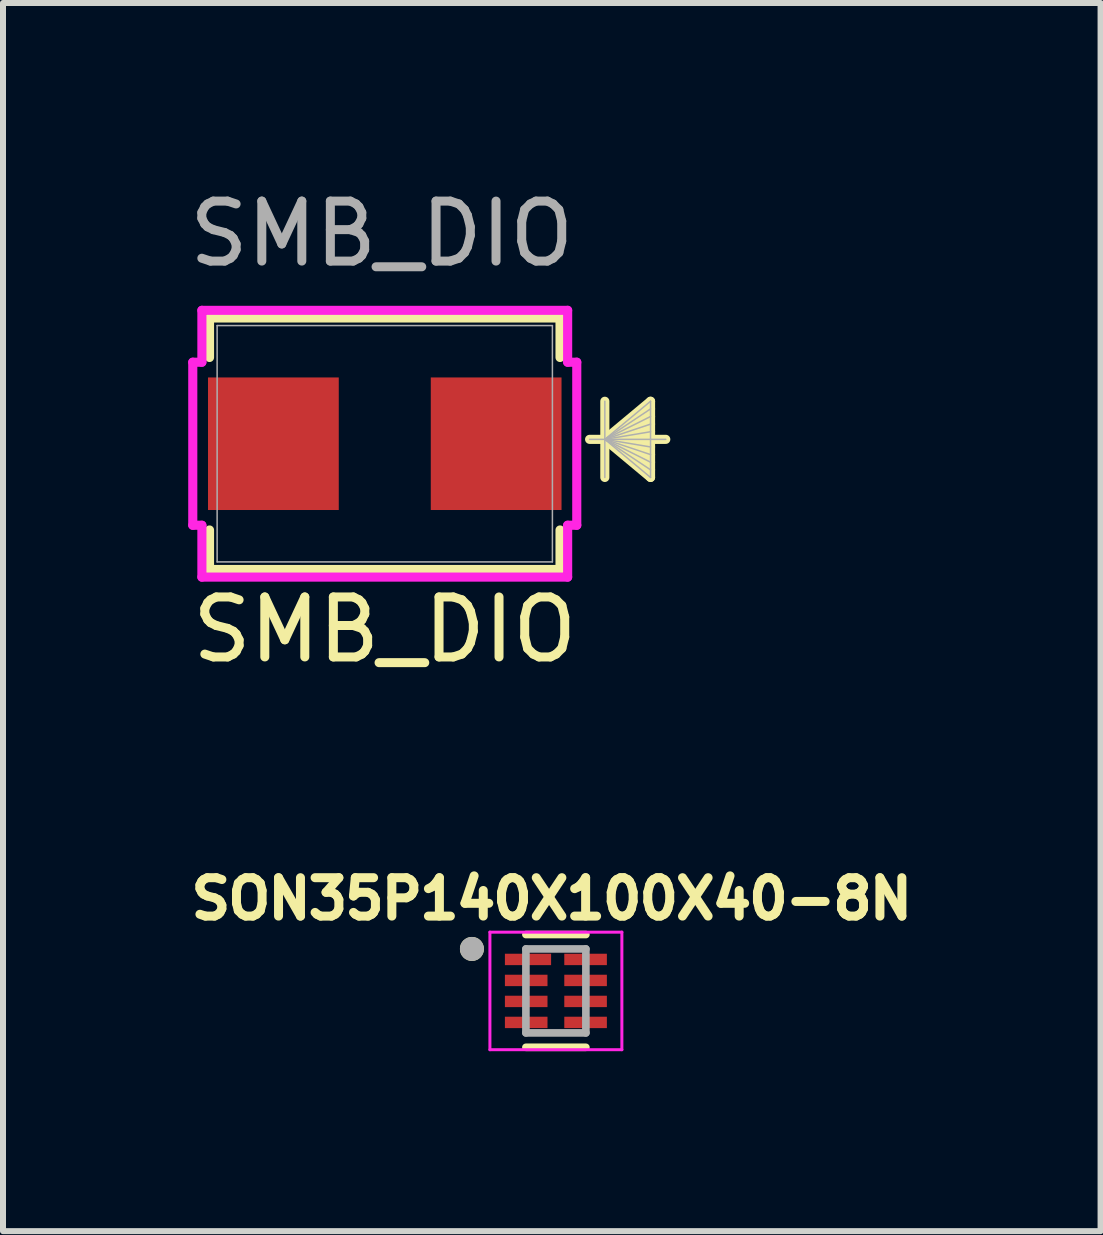
<source format=kicad_pcb>
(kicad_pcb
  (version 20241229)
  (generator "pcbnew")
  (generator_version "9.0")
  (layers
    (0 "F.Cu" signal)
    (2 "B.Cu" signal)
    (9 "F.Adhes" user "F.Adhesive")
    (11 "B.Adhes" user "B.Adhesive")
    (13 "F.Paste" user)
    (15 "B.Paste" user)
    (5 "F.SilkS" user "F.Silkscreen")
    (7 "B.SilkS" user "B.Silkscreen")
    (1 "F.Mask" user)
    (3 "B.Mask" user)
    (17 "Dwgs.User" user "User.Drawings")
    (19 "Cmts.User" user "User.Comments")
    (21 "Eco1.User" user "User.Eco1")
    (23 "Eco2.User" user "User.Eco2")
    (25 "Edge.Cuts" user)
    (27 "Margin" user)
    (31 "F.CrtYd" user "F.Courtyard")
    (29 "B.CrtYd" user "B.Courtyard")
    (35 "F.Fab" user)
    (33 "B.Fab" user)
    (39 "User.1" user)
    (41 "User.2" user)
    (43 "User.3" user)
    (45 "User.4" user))
  (footprint "SMB_DIO"
    (layer "F.Cu")
    (at 3.365 4.348)
    (property "Reference" "SMB_DIO" (at 0 3.1 0) (unlocked yes) (layer "F.SilkS") (effects (font (size 1 1) (thickness 0.15))))
    (attr smd)
    (fp_line (start -2.922 -2.097) (end -2.922 -1.438) (stroke (width 0.152) (type solid)) (layer "F.SilkS"))
    (fp_line (start -2.922 1.438) (end -2.922 2.097) (stroke (width 0.152) (type solid)) (layer "F.SilkS"))
    (fp_line (start -2.922 2.097) (end 2.922 2.097) (stroke (width 0.152) (type solid)) (layer "F.SilkS"))
    (fp_line (start 2.922 -2.097) (end -2.922 -2.097) (stroke (width 0.152) (type solid)) (layer "F.SilkS"))
    (fp_line (start 2.922 -1.438) (end 2.922 -2.097) (stroke (width 0.152) (type solid)) (layer "F.SilkS"))
    (fp_line (start 2.922 2.097) (end 2.922 1.438) (stroke (width 0.152) (type solid)) (layer "F.SilkS"))
    (fp_line (start 3.669 -0.708) (end 3.669 0.562) (stroke (width 0.152) (type solid)) (layer "F.SilkS"))
    (fp_line (start 3.669 -0.073) (end 4.431 -0.708) (stroke (width 0.152) (type solid)) (layer "F.SilkS"))
    (fp_line (start 3.669 -0.073) (end 4.431 -0.581) (stroke (width 0.152) (type solid)) (layer "F.SilkS"))
    (fp_line (start 3.669 -0.073) (end 4.431 -0.454) (stroke (width 0.152) (type solid)) (layer "F.SilkS"))
    (fp_line (start 3.669 -0.073) (end 4.431 -0.327) (stroke (width 0.152) (type solid)) (layer "F.SilkS"))
    (fp_line (start 3.669 -0.073) (end 4.431 -0.2) (stroke (width 0.152) (type solid)) (layer "F.SilkS"))
    (fp_line (start 3.669 -0.073) (end 4.431 0.054) (stroke (width 0.152) (type solid)) (layer "F.SilkS"))
    (fp_line (start 3.669 -0.073) (end 4.431 0.181) (stroke (width 0.152) (type solid)) (layer "F.SilkS"))
    (fp_line (start 3.669 -0.073) (end 4.431 0.308) (stroke (width 0.152) (type solid)) (layer "F.SilkS"))
    (fp_line (start 3.669 -0.073) (end 4.431 0.435) (stroke (width 0.152) (type solid)) (layer "F.SilkS"))
    (fp_line (start 3.669 -0.073) (end 4.431 0.562) (stroke (width 0.152) (type solid)) (layer "F.SilkS"))
    (fp_line (start 4.431 -0.708) (end 4.431 0.562) (stroke (width 0.152) (type solid)) (layer "F.SilkS"))
    (fp_line (start 4.685 -0.073) (end 3.415 -0.073) (stroke (width 0.152) (type solid)) (layer "F.SilkS"))
    (fp_line (start -3.201 -1.359) (end -3.049 -1.359) (stroke (width 0.152) (type solid)) (layer "F.CrtYd"))
    (fp_line (start -3.201 1.359) (end -3.201 -1.359) (stroke (width 0.152) (type solid)) (layer "F.CrtYd"))
    (fp_line (start -3.049 -2.224) (end 3.049 -2.224) (stroke (width 0.152) (type solid)) (layer "F.CrtYd"))
    (fp_line (start -3.049 -1.359) (end -3.049 -2.224) (stroke (width 0.152) (type solid)) (layer "F.CrtYd"))
    (fp_line (start -3.049 1.359) (end -3.201 1.359) (stroke (width 0.152) (type solid)) (layer "F.CrtYd"))
    (fp_line (start -3.049 2.224) (end -3.049 1.359) (stroke (width 0.152) (type solid)) (layer "F.CrtYd"))
    (fp_line (start 3.049 -2.224) (end 3.049 -1.359) (stroke (width 0.152) (type solid)) (layer "F.CrtYd"))
    (fp_line (start 3.049 -1.359) (end 3.201 -1.359) (stroke (width 0.152) (type solid)) (layer "F.CrtYd"))
    (fp_line (start 3.049 1.359) (end 3.049 2.224) (stroke (width 0.152) (type solid)) (layer "F.CrtYd"))
    (fp_line (start 3.049 2.224) (end -3.049 2.224) (stroke (width 0.152) (type solid)) (layer "F.CrtYd"))
    (fp_line (start 3.201 -1.359) (end 3.201 1.359) (stroke (width 0.152) (type solid)) (layer "F.CrtYd"))
    (fp_line (start 3.201 1.359) (end 3.049 1.359) (stroke (width 0.152) (type solid)) (layer "F.CrtYd"))
    (fp_line (start -2.795 -1.97) (end -2.795 1.97) (stroke (width 0.025) (type solid)) (layer "F.Fab"))
    (fp_line (start -2.795 1.97) (end 2.795 1.97) (stroke (width 0.025) (type solid)) (layer "F.Fab"))
    (fp_line (start 2.795 -1.97) (end -2.795 -1.97) (stroke (width 0.025) (type solid)) (layer "F.Fab"))
    (fp_line (start 2.795 1.97) (end 2.795 -1.97) (stroke (width 0.025) (type solid)) (layer "F.Fab"))
    (fp_line (start 3.669 -0.708) (end 3.669 0.562) (stroke (width 0.025) (type solid)) (layer "F.Fab"))
    (fp_line (start 3.669 -0.073) (end 4.431 -0.708) (stroke (width 0.025) (type solid)) (layer "F.Fab"))
    (fp_line (start 3.669 -0.073) (end 4.431 -0.581) (stroke (width 0.025) (type solid)) (layer "F.Fab"))
    (fp_line (start 3.669 -0.073) (end 4.431 -0.454) (stroke (width 0.025) (type solid)) (layer "F.Fab"))
    (fp_line (start 3.669 -0.073) (end 4.431 -0.327) (stroke (width 0.025) (type solid)) (layer "F.Fab"))
    (fp_line (start 3.669 -0.073) (end 4.431 -0.2) (stroke (width 0.025) (type solid)) (layer "F.Fab"))
    (fp_line (start 3.669 -0.073) (end 4.431 0.054) (stroke (width 0.025) (type solid)) (layer "F.Fab"))
    (fp_line (start 3.669 -0.073) (end 4.431 0.181) (stroke (width 0.025) (type solid)) (layer "F.Fab"))
    (fp_line (start 3.669 -0.073) (end 4.431 0.308) (stroke (width 0.025) (type solid)) (layer "F.Fab"))
    (fp_line (start 3.669 -0.073) (end 4.431 0.435) (stroke (width 0.025) (type solid)) (layer "F.Fab"))
    (fp_line (start 3.669 -0.073) (end 4.431 0.562) (stroke (width 0.025) (type solid)) (layer "F.Fab"))
    (fp_line (start 4.431 -0.708) (end 4.431 0.562) (stroke (width 0.025) (type solid)) (layer "F.Fab"))
    (fp_line (start 4.685 -0.073) (end 3.415 -0.073) (stroke (width 0.025) (type solid)) (layer "F.Fab"))
    (fp_text user "${REFERENCE}" (at -0.05 -3.5 0) (unlocked yes) (layer "F.Fab") (effects (font (size 1 1) (thickness 0.15))))
    (pad "1" smd rect (at -1.857 0 90) (size 2.21 2.18) (layers "F.Cu" "F.Mask" "F.Paste"))
    (pad "2" smd rect (at 1.857 0 90) (size 2.21 2.18) (layers "F.Cu" "F.Mask" "F.Paste")))
  (footprint "SON35P140X100X40-8N"
    (layer "F.Cu")
    (at 6.218 13.471)
    (property "Reference" "SON35P140X100X40-8N" (at -0.068 -1.536 0) (layer "F.SilkS") (effects (font (size 0.64 0.64) (thickness 0.15))))
    (attr smd)
    (fp_line (start -0.5 -0.94) (end 0.5 -0.94) (stroke (width 0.127) (type solid)) (layer "F.SilkS"))
    (fp_line (start -0.5 0.94) (end 0.5 0.94) (stroke (width 0.127) (type solid)) (layer "F.SilkS"))
    (fp_circle (center -1.4 -0.7) (end -1.3 -0.7) (stroke (width 0.2) (type solid)) (fill no) (layer "F.SilkS"))
    (fp_line (start -1.1 -0.98) (end 1.1 -0.98) (stroke (width 0.05) (type solid)) (layer "F.CrtYd"))
    (fp_line (start -1.1 0.98) (end -1.1 -0.98) (stroke (width 0.05) (type solid)) (layer "F.CrtYd"))
    (fp_line (start 1.1 -0.98) (end 1.1 0.98) (stroke (width 0.05) (type solid)) (layer "F.CrtYd"))
    (fp_line (start 1.1 0.98) (end -1.1 0.98) (stroke (width 0.05) (type solid)) (layer "F.CrtYd"))
    (fp_line (start -0.5 -0.7) (end 0.5 -0.7) (stroke (width 0.127) (type solid)) (layer "F.Fab"))
    (fp_line (start -0.5 0.7) (end -0.5 -0.7) (stroke (width 0.127) (type solid)) (layer "F.Fab"))
    (fp_line (start 0.5 -0.7) (end 0.5 0.7) (stroke (width 0.127) (type solid)) (layer "F.Fab"))
    (fp_line (start 0.5 0.7) (end -0.5 0.7) (stroke (width 0.127) (type solid)) (layer "F.Fab"))
    (fp_circle (center -1.4 -0.7) (end -1.3 -0.7) (stroke (width 0.2) (type solid)) (fill no) (layer "F.Fab"))
    (pad "1" smd rect (at -0.465 -0.525) (size 0.77 0.19) (layers "F.Cu" "F.Mask" "F.Paste"))
    (pad "2" smd rect (at -0.495 -0.175) (size 0.71 0.19) (layers "F.Cu" "F.Mask" "F.Paste"))
    (pad "3" smd rect (at -0.495 0.175) (size 0.71 0.19) (layers "F.Cu" "F.Mask" "F.Paste"))
    (pad "4" smd rect (at -0.495 0.525) (size 0.71 0.19) (layers "F.Cu" "F.Mask" "F.Paste"))
    (pad "5" smd rect (at 0.495 0.525) (size 0.71 0.19) (layers "F.Cu" "F.Mask" "F.Paste"))
    (pad "6" smd rect (at 0.495 0.175) (size 0.71 0.19) (layers "F.Cu" "F.Mask" "F.Paste"))
    (pad "7" smd rect (at 0.495 -0.175) (size 0.71 0.19) (layers "F.Cu" "F.Mask" "F.Paste"))
    (pad "8" smd rect (at 0.495 -0.525) (size 0.71 0.19) (layers "F.Cu" "F.Mask" "F.Paste")))
  (gr_rect
    (start -3 -3)
    (end 15.299 17.476)
    (stroke (width 0.1) (type default))
    (fill no)
    (layer "Edge.Cuts")))
</source>
